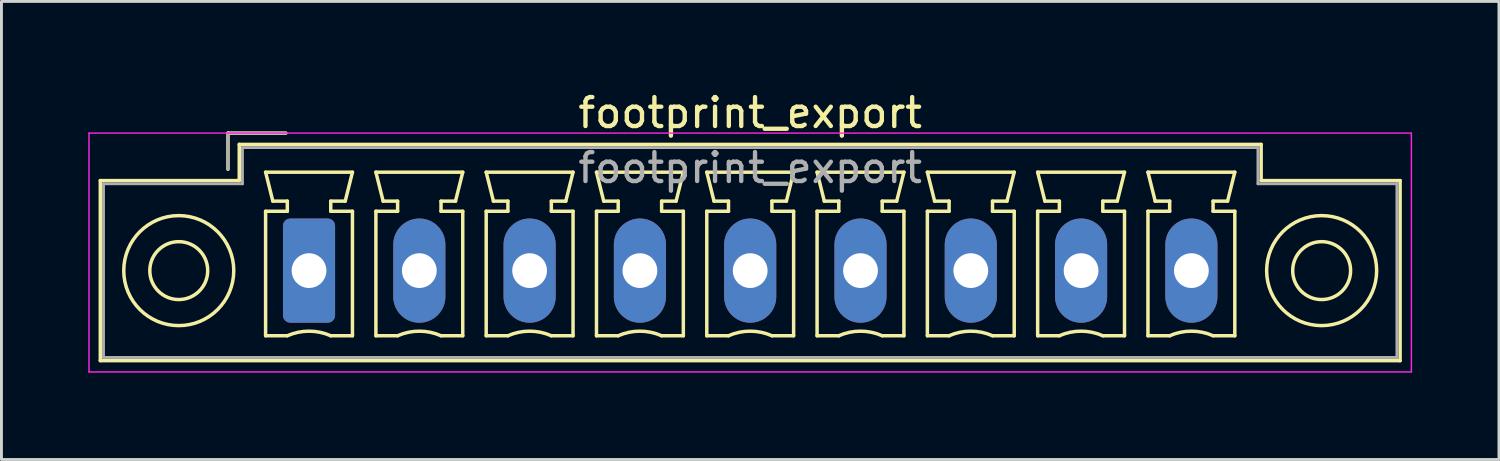
<source format=kicad_pcb>
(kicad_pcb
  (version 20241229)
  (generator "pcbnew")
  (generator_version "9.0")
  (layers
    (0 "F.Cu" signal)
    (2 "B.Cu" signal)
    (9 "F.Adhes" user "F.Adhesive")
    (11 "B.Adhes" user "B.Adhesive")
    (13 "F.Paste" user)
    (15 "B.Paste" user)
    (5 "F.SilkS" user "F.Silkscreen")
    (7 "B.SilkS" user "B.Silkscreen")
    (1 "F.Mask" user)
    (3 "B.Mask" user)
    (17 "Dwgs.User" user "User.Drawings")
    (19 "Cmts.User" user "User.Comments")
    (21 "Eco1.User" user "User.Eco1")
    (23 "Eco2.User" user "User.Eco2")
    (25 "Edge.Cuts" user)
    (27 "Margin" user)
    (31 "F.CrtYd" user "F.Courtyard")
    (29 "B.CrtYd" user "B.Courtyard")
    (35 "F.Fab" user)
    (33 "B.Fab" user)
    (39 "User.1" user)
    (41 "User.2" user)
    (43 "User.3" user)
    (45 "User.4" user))
  (footprint "footprint_export"
    (layer "F.Cu")
    (at 7.625 6.298)
    (property "Reference" "footprint_export" (at 15.24 -5.45 0) (layer "F.SilkS") (effects (font (size 1 1) (thickness 0.15))))
    (attr through_hole)
    (fp_line (start -7.21 -3.11) (end -7.21 3.11) (stroke (width 0.12) (type solid)) (layer "F.SilkS"))
    (fp_line (start -7.21 3.11) (end 37.69 3.11) (stroke (width 0.12) (type solid)) (layer "F.SilkS"))
    (fp_line (start -2.8 -4.75) (end -0.8 -4.75) (stroke (width 0.12) (type solid)) (layer "F.SilkS"))
    (fp_line (start -2.8 -3.5) (end -2.8 -4.75) (stroke (width 0.12) (type solid)) (layer "F.SilkS"))
    (fp_line (start -2.41 -4.36) (end -2.41 -3.11) (stroke (width 0.12) (type solid)) (layer "F.SilkS"))
    (fp_line (start -2.41 -3.11) (end -7.21 -3.11) (stroke (width 0.12) (type solid)) (layer "F.SilkS"))
    (fp_line (start -1.5 -3.4) (end 1.5 -3.4) (stroke (width 0.12) (type solid)) (layer "F.SilkS"))
    (fp_line (start -1.5 -2.05) (end -0.75 -2.05) (stroke (width 0.12) (type solid)) (layer "F.SilkS"))
    (fp_line (start -1.5 2.25) (end -1.5 -2.05) (stroke (width 0.12) (type solid)) (layer "F.SilkS"))
    (fp_line (start -1.25 -2.4) (end -1.5 -3.4) (stroke (width 0.12) (type solid)) (layer "F.SilkS"))
    (fp_line (start -0.75 -2.4) (end -1.25 -2.4) (stroke (width 0.12) (type solid)) (layer "F.SilkS"))
    (fp_line (start -0.75 -2.05) (end -0.75 -2.4) (stroke (width 0.12) (type solid)) (layer "F.SilkS"))
    (fp_line (start -0.75 2.25) (end -1.5 2.25) (stroke (width 0.12) (type solid)) (layer "F.SilkS"))
    (fp_line (start 0.75 -2.4) (end 0.75 -2.05) (stroke (width 0.12) (type solid)) (layer "F.SilkS"))
    (fp_line (start 0.75 -2.05) (end 1.5 -2.05) (stroke (width 0.12) (type solid)) (layer "F.SilkS"))
    (fp_line (start 1.25 -2.4) (end 0.75 -2.4) (stroke (width 0.12) (type solid)) (layer "F.SilkS"))
    (fp_line (start 1.5 -3.4) (end 1.25 -2.4) (stroke (width 0.12) (type solid)) (layer "F.SilkS"))
    (fp_line (start 1.5 -2.05) (end 1.5 2.25) (stroke (width 0.12) (type solid)) (layer "F.SilkS"))
    (fp_line (start 1.5 2.25) (end 0.75 2.25) (stroke (width 0.12) (type solid)) (layer "F.SilkS"))
    (fp_line (start 2.31 -3.4) (end 5.31 -3.4) (stroke (width 0.12) (type solid)) (layer "F.SilkS"))
    (fp_line (start 2.31 -2.05) (end 3.06 -2.05) (stroke (width 0.12) (type solid)) (layer "F.SilkS"))
    (fp_line (start 2.31 2.25) (end 2.31 -2.05) (stroke (width 0.12) (type solid)) (layer "F.SilkS"))
    (fp_line (start 2.56 -2.4) (end 2.31 -3.4) (stroke (width 0.12) (type solid)) (layer "F.SilkS"))
    (fp_line (start 3.06 -2.4) (end 2.56 -2.4) (stroke (width 0.12) (type solid)) (layer "F.SilkS"))
    (fp_line (start 3.06 -2.05) (end 3.06 -2.4) (stroke (width 0.12) (type solid)) (layer "F.SilkS"))
    (fp_line (start 3.06 2.25) (end 2.31 2.25) (stroke (width 0.12) (type solid)) (layer "F.SilkS"))
    (fp_line (start 4.56 -2.4) (end 4.56 -2.05) (stroke (width 0.12) (type solid)) (layer "F.SilkS"))
    (fp_line (start 4.56 -2.05) (end 5.31 -2.05) (stroke (width 0.12) (type solid)) (layer "F.SilkS"))
    (fp_line (start 5.06 -2.4) (end 4.56 -2.4) (stroke (width 0.12) (type solid)) (layer "F.SilkS"))
    (fp_line (start 5.31 -3.4) (end 5.06 -2.4) (stroke (width 0.12) (type solid)) (layer "F.SilkS"))
    (fp_line (start 5.31 -2.05) (end 5.31 2.25) (stroke (width 0.12) (type solid)) (layer "F.SilkS"))
    (fp_line (start 5.31 2.25) (end 4.56 2.25) (stroke (width 0.12) (type solid)) (layer "F.SilkS"))
    (fp_line (start 6.12 -3.4) (end 9.12 -3.4) (stroke (width 0.12) (type solid)) (layer "F.SilkS"))
    (fp_line (start 6.12 -2.05) (end 6.87 -2.05) (stroke (width 0.12) (type solid)) (layer "F.SilkS"))
    (fp_line (start 6.12 2.25) (end 6.12 -2.05) (stroke (width 0.12) (type solid)) (layer "F.SilkS"))
    (fp_line (start 6.37 -2.4) (end 6.12 -3.4) (stroke (width 0.12) (type solid)) (layer "F.SilkS"))
    (fp_line (start 6.87 -2.4) (end 6.37 -2.4) (stroke (width 0.12) (type solid)) (layer "F.SilkS"))
    (fp_line (start 6.87 -2.05) (end 6.87 -2.4) (stroke (width 0.12) (type solid)) (layer "F.SilkS"))
    (fp_line (start 6.87 2.25) (end 6.12 2.25) (stroke (width 0.12) (type solid)) (layer "F.SilkS"))
    (fp_line (start 8.37 -2.4) (end 8.37 -2.05) (stroke (width 0.12) (type solid)) (layer "F.SilkS"))
    (fp_line (start 8.37 -2.05) (end 9.12 -2.05) (stroke (width 0.12) (type solid)) (layer "F.SilkS"))
    (fp_line (start 8.87 -2.4) (end 8.37 -2.4) (stroke (width 0.12) (type solid)) (layer "F.SilkS"))
    (fp_line (start 9.12 -3.4) (end 8.87 -2.4) (stroke (width 0.12) (type solid)) (layer "F.SilkS"))
    (fp_line (start 9.12 -2.05) (end 9.12 2.25) (stroke (width 0.12) (type solid)) (layer "F.SilkS"))
    (fp_line (start 9.12 2.25) (end 8.37 2.25) (stroke (width 0.12) (type solid)) (layer "F.SilkS"))
    (fp_line (start 9.93 -3.4) (end 12.93 -3.4) (stroke (width 0.12) (type solid)) (layer "F.SilkS"))
    (fp_line (start 9.93 -2.05) (end 10.68 -2.05) (stroke (width 0.12) (type solid)) (layer "F.SilkS"))
    (fp_line (start 9.93 2.25) (end 9.93 -2.05) (stroke (width 0.12) (type solid)) (layer "F.SilkS"))
    (fp_line (start 10.18 -2.4) (end 9.93 -3.4) (stroke (width 0.12) (type solid)) (layer "F.SilkS"))
    (fp_line (start 10.68 -2.4) (end 10.18 -2.4) (stroke (width 0.12) (type solid)) (layer "F.SilkS"))
    (fp_line (start 10.68 -2.05) (end 10.68 -2.4) (stroke (width 0.12) (type solid)) (layer "F.SilkS"))
    (fp_line (start 10.68 2.25) (end 9.93 2.25) (stroke (width 0.12) (type solid)) (layer "F.SilkS"))
    (fp_line (start 12.18 -2.4) (end 12.18 -2.05) (stroke (width 0.12) (type solid)) (layer "F.SilkS"))
    (fp_line (start 12.18 -2.05) (end 12.93 -2.05) (stroke (width 0.12) (type solid)) (layer "F.SilkS"))
    (fp_line (start 12.68 -2.4) (end 12.18 -2.4) (stroke (width 0.12) (type solid)) (layer "F.SilkS"))
    (fp_line (start 12.93 -3.4) (end 12.68 -2.4) (stroke (width 0.12) (type solid)) (layer "F.SilkS"))
    (fp_line (start 12.93 -2.05) (end 12.93 2.25) (stroke (width 0.12) (type solid)) (layer "F.SilkS"))
    (fp_line (start 12.93 2.25) (end 12.18 2.25) (stroke (width 0.12) (type solid)) (layer "F.SilkS"))
    (fp_line (start 13.74 -3.4) (end 16.74 -3.4) (stroke (width 0.12) (type solid)) (layer "F.SilkS"))
    (fp_line (start 13.74 -2.05) (end 14.49 -2.05) (stroke (width 0.12) (type solid)) (layer "F.SilkS"))
    (fp_line (start 13.74 2.25) (end 13.74 -2.05) (stroke (width 0.12) (type solid)) (layer "F.SilkS"))
    (fp_line (start 13.99 -2.4) (end 13.74 -3.4) (stroke (width 0.12) (type solid)) (layer "F.SilkS"))
    (fp_line (start 14.49 -2.4) (end 13.99 -2.4) (stroke (width 0.12) (type solid)) (layer "F.SilkS"))
    (fp_line (start 14.49 -2.05) (end 14.49 -2.4) (stroke (width 0.12) (type solid)) (layer "F.SilkS"))
    (fp_line (start 14.49 2.25) (end 13.74 2.25) (stroke (width 0.12) (type solid)) (layer "F.SilkS"))
    (fp_line (start 15.99 -2.4) (end 15.99 -2.05) (stroke (width 0.12) (type solid)) (layer "F.SilkS"))
    (fp_line (start 15.99 -2.05) (end 16.74 -2.05) (stroke (width 0.12) (type solid)) (layer "F.SilkS"))
    (fp_line (start 16.49 -2.4) (end 15.99 -2.4) (stroke (width 0.12) (type solid)) (layer "F.SilkS"))
    (fp_line (start 16.74 -3.4) (end 16.49 -2.4) (stroke (width 0.12) (type solid)) (layer "F.SilkS"))
    (fp_line (start 16.74 -2.05) (end 16.74 2.25) (stroke (width 0.12) (type solid)) (layer "F.SilkS"))
    (fp_line (start 16.74 2.25) (end 15.99 2.25) (stroke (width 0.12) (type solid)) (layer "F.SilkS"))
    (fp_line (start 17.55 -3.4) (end 20.55 -3.4) (stroke (width 0.12) (type solid)) (layer "F.SilkS"))
    (fp_line (start 17.55 -2.05) (end 18.3 -2.05) (stroke (width 0.12) (type solid)) (layer "F.SilkS"))
    (fp_line (start 17.55 2.25) (end 17.55 -2.05) (stroke (width 0.12) (type solid)) (layer "F.SilkS"))
    (fp_line (start 17.8 -2.4) (end 17.55 -3.4) (stroke (width 0.12) (type solid)) (layer "F.SilkS"))
    (fp_line (start 18.3 -2.4) (end 17.8 -2.4) (stroke (width 0.12) (type solid)) (layer "F.SilkS"))
    (fp_line (start 18.3 -2.05) (end 18.3 -2.4) (stroke (width 0.12) (type solid)) (layer "F.SilkS"))
    (fp_line (start 18.3 2.25) (end 17.55 2.25) (stroke (width 0.12) (type solid)) (layer "F.SilkS"))
    (fp_line (start 19.8 -2.4) (end 19.8 -2.05) (stroke (width 0.12) (type solid)) (layer "F.SilkS"))
    (fp_line (start 19.8 -2.05) (end 20.55 -2.05) (stroke (width 0.12) (type solid)) (layer "F.SilkS"))
    (fp_line (start 20.3 -2.4) (end 19.8 -2.4) (stroke (width 0.12) (type solid)) (layer "F.SilkS"))
    (fp_line (start 20.55 -3.4) (end 20.3 -2.4) (stroke (width 0.12) (type solid)) (layer "F.SilkS"))
    (fp_line (start 20.55 -2.05) (end 20.55 2.25) (stroke (width 0.12) (type solid)) (layer "F.SilkS"))
    (fp_line (start 20.55 2.25) (end 19.8 2.25) (stroke (width 0.12) (type solid)) (layer "F.SilkS"))
    (fp_line (start 21.36 -3.4) (end 24.36 -3.4) (stroke (width 0.12) (type solid)) (layer "F.SilkS"))
    (fp_line (start 21.36 -2.05) (end 22.11 -2.05) (stroke (width 0.12) (type solid)) (layer "F.SilkS"))
    (fp_line (start 21.36 2.25) (end 21.36 -2.05) (stroke (width 0.12) (type solid)) (layer "F.SilkS"))
    (fp_line (start 21.61 -2.4) (end 21.36 -3.4) (stroke (width 0.12) (type solid)) (layer "F.SilkS"))
    (fp_line (start 22.11 -2.4) (end 21.61 -2.4) (stroke (width 0.12) (type solid)) (layer "F.SilkS"))
    (fp_line (start 22.11 -2.05) (end 22.11 -2.4) (stroke (width 0.12) (type solid)) (layer "F.SilkS"))
    (fp_line (start 22.11 2.25) (end 21.36 2.25) (stroke (width 0.12) (type solid)) (layer "F.SilkS"))
    (fp_line (start 23.61 -2.4) (end 23.61 -2.05) (stroke (width 0.12) (type solid)) (layer "F.SilkS"))
    (fp_line (start 23.61 -2.05) (end 24.36 -2.05) (stroke (width 0.12) (type solid)) (layer "F.SilkS"))
    (fp_line (start 24.11 -2.4) (end 23.61 -2.4) (stroke (width 0.12) (type solid)) (layer "F.SilkS"))
    (fp_line (start 24.36 -3.4) (end 24.11 -2.4) (stroke (width 0.12) (type solid)) (layer "F.SilkS"))
    (fp_line (start 24.36 -2.05) (end 24.36 2.25) (stroke (width 0.12) (type solid)) (layer "F.SilkS"))
    (fp_line (start 24.36 2.25) (end 23.61 2.25) (stroke (width 0.12) (type solid)) (layer "F.SilkS"))
    (fp_line (start 25.17 -3.4) (end 28.17 -3.4) (stroke (width 0.12) (type solid)) (layer "F.SilkS"))
    (fp_line (start 25.17 -2.05) (end 25.92 -2.05) (stroke (width 0.12) (type solid)) (layer "F.SilkS"))
    (fp_line (start 25.17 2.25) (end 25.17 -2.05) (stroke (width 0.12) (type solid)) (layer "F.SilkS"))
    (fp_line (start 25.42 -2.4) (end 25.17 -3.4) (stroke (width 0.12) (type solid)) (layer "F.SilkS"))
    (fp_line (start 25.92 -2.4) (end 25.42 -2.4) (stroke (width 0.12) (type solid)) (layer "F.SilkS"))
    (fp_line (start 25.92 -2.05) (end 25.92 -2.4) (stroke (width 0.12) (type solid)) (layer "F.SilkS"))
    (fp_line (start 25.92 2.25) (end 25.17 2.25) (stroke (width 0.12) (type solid)) (layer "F.SilkS"))
    (fp_line (start 27.42 -2.4) (end 27.42 -2.05) (stroke (width 0.12) (type solid)) (layer "F.SilkS"))
    (fp_line (start 27.42 -2.05) (end 28.17 -2.05) (stroke (width 0.12) (type solid)) (layer "F.SilkS"))
    (fp_line (start 27.92 -2.4) (end 27.42 -2.4) (stroke (width 0.12) (type solid)) (layer "F.SilkS"))
    (fp_line (start 28.17 -3.4) (end 27.92 -2.4) (stroke (width 0.12) (type solid)) (layer "F.SilkS"))
    (fp_line (start 28.17 -2.05) (end 28.17 2.25) (stroke (width 0.12) (type solid)) (layer "F.SilkS"))
    (fp_line (start 28.17 2.25) (end 27.42 2.25) (stroke (width 0.12) (type solid)) (layer "F.SilkS"))
    (fp_line (start 28.98 -3.4) (end 31.98 -3.4) (stroke (width 0.12) (type solid)) (layer "F.SilkS"))
    (fp_line (start 28.98 -2.05) (end 29.73 -2.05) (stroke (width 0.12) (type solid)) (layer "F.SilkS"))
    (fp_line (start 28.98 2.25) (end 28.98 -2.05) (stroke (width 0.12) (type solid)) (layer "F.SilkS"))
    (fp_line (start 29.23 -2.4) (end 28.98 -3.4) (stroke (width 0.12) (type solid)) (layer "F.SilkS"))
    (fp_line (start 29.73 -2.4) (end 29.23 -2.4) (stroke (width 0.12) (type solid)) (layer "F.SilkS"))
    (fp_line (start 29.73 -2.05) (end 29.73 -2.4) (stroke (width 0.12) (type solid)) (layer "F.SilkS"))
    (fp_line (start 29.73 2.25) (end 28.98 2.25) (stroke (width 0.12) (type solid)) (layer "F.SilkS"))
    (fp_line (start 31.23 -2.4) (end 31.23 -2.05) (stroke (width 0.12) (type solid)) (layer "F.SilkS"))
    (fp_line (start 31.23 -2.05) (end 31.98 -2.05) (stroke (width 0.12) (type solid)) (layer "F.SilkS"))
    (fp_line (start 31.73 -2.4) (end 31.23 -2.4) (stroke (width 0.12) (type solid)) (layer "F.SilkS"))
    (fp_line (start 31.98 -3.4) (end 31.73 -2.4) (stroke (width 0.12) (type solid)) (layer "F.SilkS"))
    (fp_line (start 31.98 -2.05) (end 31.98 2.25) (stroke (width 0.12) (type solid)) (layer "F.SilkS"))
    (fp_line (start 31.98 2.25) (end 31.23 2.25) (stroke (width 0.12) (type solid)) (layer "F.SilkS"))
    (fp_line (start 32.89 -4.36) (end -2.41 -4.36) (stroke (width 0.12) (type solid)) (layer "F.SilkS"))
    (fp_line (start 32.89 -3.11) (end 32.89 -4.36) (stroke (width 0.12) (type solid)) (layer "F.SilkS"))
    (fp_line (start 37.69 -3.11) (end 32.89 -3.11) (stroke (width 0.12) (type solid)) (layer "F.SilkS"))
    (fp_line (start 37.69 3.11) (end 37.69 -3.11) (stroke (width 0.12) (type solid)) (layer "F.SilkS"))
    (fp_arc (start -0.75 2.25) (mid -0.000193 2.09191) (end 0.749647 2.249844) (stroke (width 0.12) (type solid)) (layer "F.SilkS"))
    (fp_arc (start 3.06 2.25) (mid 3.809807 2.09191) (end 4.559647 2.249844) (stroke (width 0.12) (type solid)) (layer "F.SilkS"))
    (fp_arc (start 6.87 2.25) (mid 7.619807 2.09191) (end 8.369647 2.249844) (stroke (width 0.12) (type solid)) (layer "F.SilkS"))
    (fp_arc (start 10.68 2.25) (mid 11.429807 2.09191) (end 12.179647 2.249844) (stroke (width 0.12) (type solid)) (layer "F.SilkS"))
    (fp_arc (start 14.49 2.25) (mid 15.239807 2.09191) (end 15.989647 2.249844) (stroke (width 0.12) (type solid)) (layer "F.SilkS"))
    (fp_arc (start 18.3 2.25) (mid 19.049807 2.09191) (end 19.799647 2.249844) (stroke (width 0.12) (type solid)) (layer "F.SilkS"))
    (fp_arc (start 22.11 2.25) (mid 22.859807 2.09191) (end 23.609647 2.249844) (stroke (width 0.12) (type solid)) (layer "F.SilkS"))
    (fp_arc (start 25.92 2.25) (mid 26.669807 2.09191) (end 27.419647 2.249844) (stroke (width 0.12) (type solid)) (layer "F.SilkS"))
    (fp_arc (start 29.73 2.25) (mid 30.479807 2.09191) (end 31.229647 2.249844) (stroke (width 0.12) (type solid)) (layer "F.SilkS"))
    (fp_circle (center -4.5 0) (end -3.5 0) (stroke (width 0.12) (type solid)) (fill no) (layer "F.SilkS"))
    (fp_circle (center -4.5 0) (end -2.6 0) (stroke (width 0.12) (type solid)) (fill no) (layer "F.SilkS"))
    (fp_circle (center 34.98 0) (end 35.98 0) (stroke (width 0.12) (type solid)) (fill no) (layer "F.SilkS"))
    (fp_circle (center 34.98 0) (end 36.88 0) (stroke (width 0.12) (type solid)) (fill no) (layer "F.SilkS"))
    (fp_line (start -7.6 -4.75) (end -7.6 3.5) (stroke (width 0.05) (type solid)) (layer "F.CrtYd"))
    (fp_line (start -7.6 3.5) (end 38.08 3.5) (stroke (width 0.05) (type solid)) (layer "F.CrtYd"))
    (fp_line (start 38.08 -4.75) (end -7.6 -4.75) (stroke (width 0.05) (type solid)) (layer "F.CrtYd"))
    (fp_line (start 38.08 3.5) (end 38.08 -4.75) (stroke (width 0.05) (type solid)) (layer "F.CrtYd"))
    (fp_line (start -7.1 -3) (end -7.1 3) (stroke (width 0.1) (type solid)) (layer "F.Fab"))
    (fp_line (start -7.1 3) (end 37.58 3) (stroke (width 0.1) (type solid)) (layer "F.Fab"))
    (fp_line (start -2.8 -4.75) (end -0.8 -4.75) (stroke (width 0.1) (type solid)) (layer "F.Fab"))
    (fp_line (start -2.8 -3.5) (end -2.8 -4.75) (stroke (width 0.1) (type solid)) (layer "F.Fab"))
    (fp_line (start -2.3 -4.25) (end -2.3 -3) (stroke (width 0.1) (type solid)) (layer "F.Fab"))
    (fp_line (start -2.3 -3) (end -7.1 -3) (stroke (width 0.1) (type solid)) (layer "F.Fab"))
    (fp_line (start 32.78 -4.25) (end -2.3 -4.25) (stroke (width 0.1) (type solid)) (layer "F.Fab"))
    (fp_line (start 32.78 -3) (end 32.78 -4.25) (stroke (width 0.1) (type solid)) (layer "F.Fab"))
    (fp_line (start 37.58 -3) (end 32.78 -3) (stroke (width 0.1) (type solid)) (layer "F.Fab"))
    (fp_line (start 37.58 3) (end 37.58 -3) (stroke (width 0.1) (type solid)) (layer "F.Fab"))
    (fp_text user "${REFERENCE}" (at 15.24 -3.55 0) (layer "F.Fab") (effects (font (size 1 1) (thickness 0.15))))
    (pad "1" thru_hole roundrect (at 0 0) (size 1.8 3.6) (drill 1.2) (layers "*.Cu" "*.Mask") (roundrect_rratio 0.139))
    (pad "2" thru_hole oval (at 3.81 0) (size 1.8 3.6) (drill 1.2) (layers "*.Cu" "*.Mask"))
    (pad "3" thru_hole oval (at 7.62 0) (size 1.8 3.6) (drill 1.2) (layers "*.Cu" "*.Mask"))
    (pad "4" thru_hole oval (at 11.43 0) (size 1.8 3.6) (drill 1.2) (layers "*.Cu" "*.Mask"))
    (pad "5" thru_hole oval (at 15.24 0) (size 1.8 3.6) (drill 1.2) (layers "*.Cu" "*.Mask"))
    (pad "6" thru_hole oval (at 19.05 0) (size 1.8 3.6) (drill 1.2) (layers "*.Cu" "*.Mask"))
    (pad "7" thru_hole oval (at 22.86 0) (size 1.8 3.6) (drill 1.2) (layers "*.Cu" "*.Mask"))
    (pad "8" thru_hole oval (at 26.67 0) (size 1.8 3.6) (drill 1.2) (layers "*.Cu" "*.Mask"))
    (pad "9" thru_hole oval (at 30.48 0) (size 1.8 3.6) (drill 1.2) (layers "*.Cu" "*.Mask")))
  (gr_rect
    (start -3 -3)
    (end 48.73 12.823)
    (stroke (width 0.1) (type default))
    (fill no)
    (layer "Edge.Cuts")))
</source>
